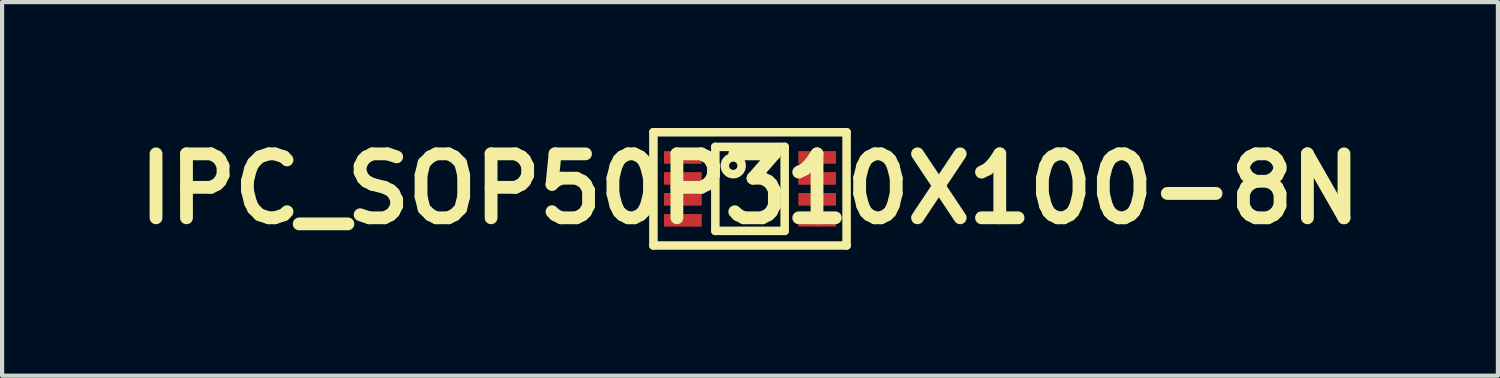
<source format=kicad_pcb>
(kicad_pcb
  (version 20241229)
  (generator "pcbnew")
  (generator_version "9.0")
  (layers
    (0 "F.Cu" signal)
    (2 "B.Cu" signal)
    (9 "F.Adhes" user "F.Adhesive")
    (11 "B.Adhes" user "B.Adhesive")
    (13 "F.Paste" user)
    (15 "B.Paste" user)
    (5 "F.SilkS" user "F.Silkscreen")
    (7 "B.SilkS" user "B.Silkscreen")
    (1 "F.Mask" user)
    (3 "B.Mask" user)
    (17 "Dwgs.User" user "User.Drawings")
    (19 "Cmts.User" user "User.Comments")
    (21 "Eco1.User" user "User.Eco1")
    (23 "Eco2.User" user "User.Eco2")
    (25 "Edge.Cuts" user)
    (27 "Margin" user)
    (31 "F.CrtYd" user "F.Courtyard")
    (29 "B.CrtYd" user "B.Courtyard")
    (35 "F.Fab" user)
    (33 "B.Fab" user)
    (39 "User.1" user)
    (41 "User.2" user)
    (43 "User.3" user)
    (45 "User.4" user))
  (footprint "IPC_SOP50P310X100-8N"
    (layer "F.Cu")
    (at 14.819 1.45)
    (property "Reference" "IPC_SOP50P310X100-8N" (at 0 0 0) (layer "F.SilkS") (effects (font (size 1.524 1.524) (thickness 0.305))))
    (attr through_hole)
    (fp_line (start -2.301 -1.349) (end 2.301 -1.349) (stroke (width 0.203) (type solid)) (layer "F.SilkS"))
    (fp_line (start -2.301 1.349) (end -2.301 -1.349) (stroke (width 0.203) (type solid)) (layer "F.SilkS"))
    (fp_line (start -0.826 -1.001) (end 0.826 -1.001) (stroke (width 0.203) (type solid)) (layer "F.SilkS"))
    (fp_line (start -0.826 1.001) (end -0.826 -1.001) (stroke (width 0.203) (type solid)) (layer "F.SilkS"))
    (fp_line (start 0.826 -1.001) (end 0.826 1.001) (stroke (width 0.203) (type solid)) (layer "F.SilkS"))
    (fp_line (start 0.826 1.001) (end -0.826 1.001) (stroke (width 0.203) (type solid)) (layer "F.SilkS"))
    (fp_line (start 2.301 -1.349) (end 2.301 1.349) (stroke (width 0.203) (type solid)) (layer "F.SilkS"))
    (fp_line (start 2.301 1.349) (end -2.301 1.349) (stroke (width 0.203) (type solid)) (layer "F.SilkS"))
    (fp_circle (center -0.399 -0.551) (end -0.3 -0.551) (stroke (width 0.203) (type solid)) (fill no) (layer "F.SilkS"))
    (pad "1" smd rect (at -1.6 -0.749) (size 0.899 0.3) (layers "F.Cu" "F.Mask" "F.Paste"))
    (pad "2" smd rect (at -1.6 -0.249) (size 0.899 0.3) (layers "F.Cu" "F.Mask" "F.Paste"))
    (pad "3" smd rect (at -1.6 0.249) (size 0.899 0.3) (layers "F.Cu" "F.Mask" "F.Paste"))
    (pad "4" smd rect (at -1.6 0.749) (size 0.899 0.3) (layers "F.Cu" "F.Mask" "F.Paste"))
    (pad "5" smd rect (at 1.6 0.749) (size 0.899 0.3) (layers "F.Cu" "F.Mask" "F.Paste"))
    (pad "6" smd rect (at 1.6 0.249) (size 0.899 0.3) (layers "F.Cu" "F.Mask" "F.Paste"))
    (pad "7" smd rect (at 1.6 -0.249) (size 0.899 0.3) (layers "F.Cu" "F.Mask" "F.Paste"))
    (pad "8" smd rect (at 1.6 -0.749) (size 0.899 0.3) (layers "F.Cu" "F.Mask" "F.Paste")))
  (gr_rect
    (start -3 -3)
    (end 32.638 5.901)
    (stroke (width 0.1) (type default))
    (fill no)
    (layer "Edge.Cuts")))
</source>
